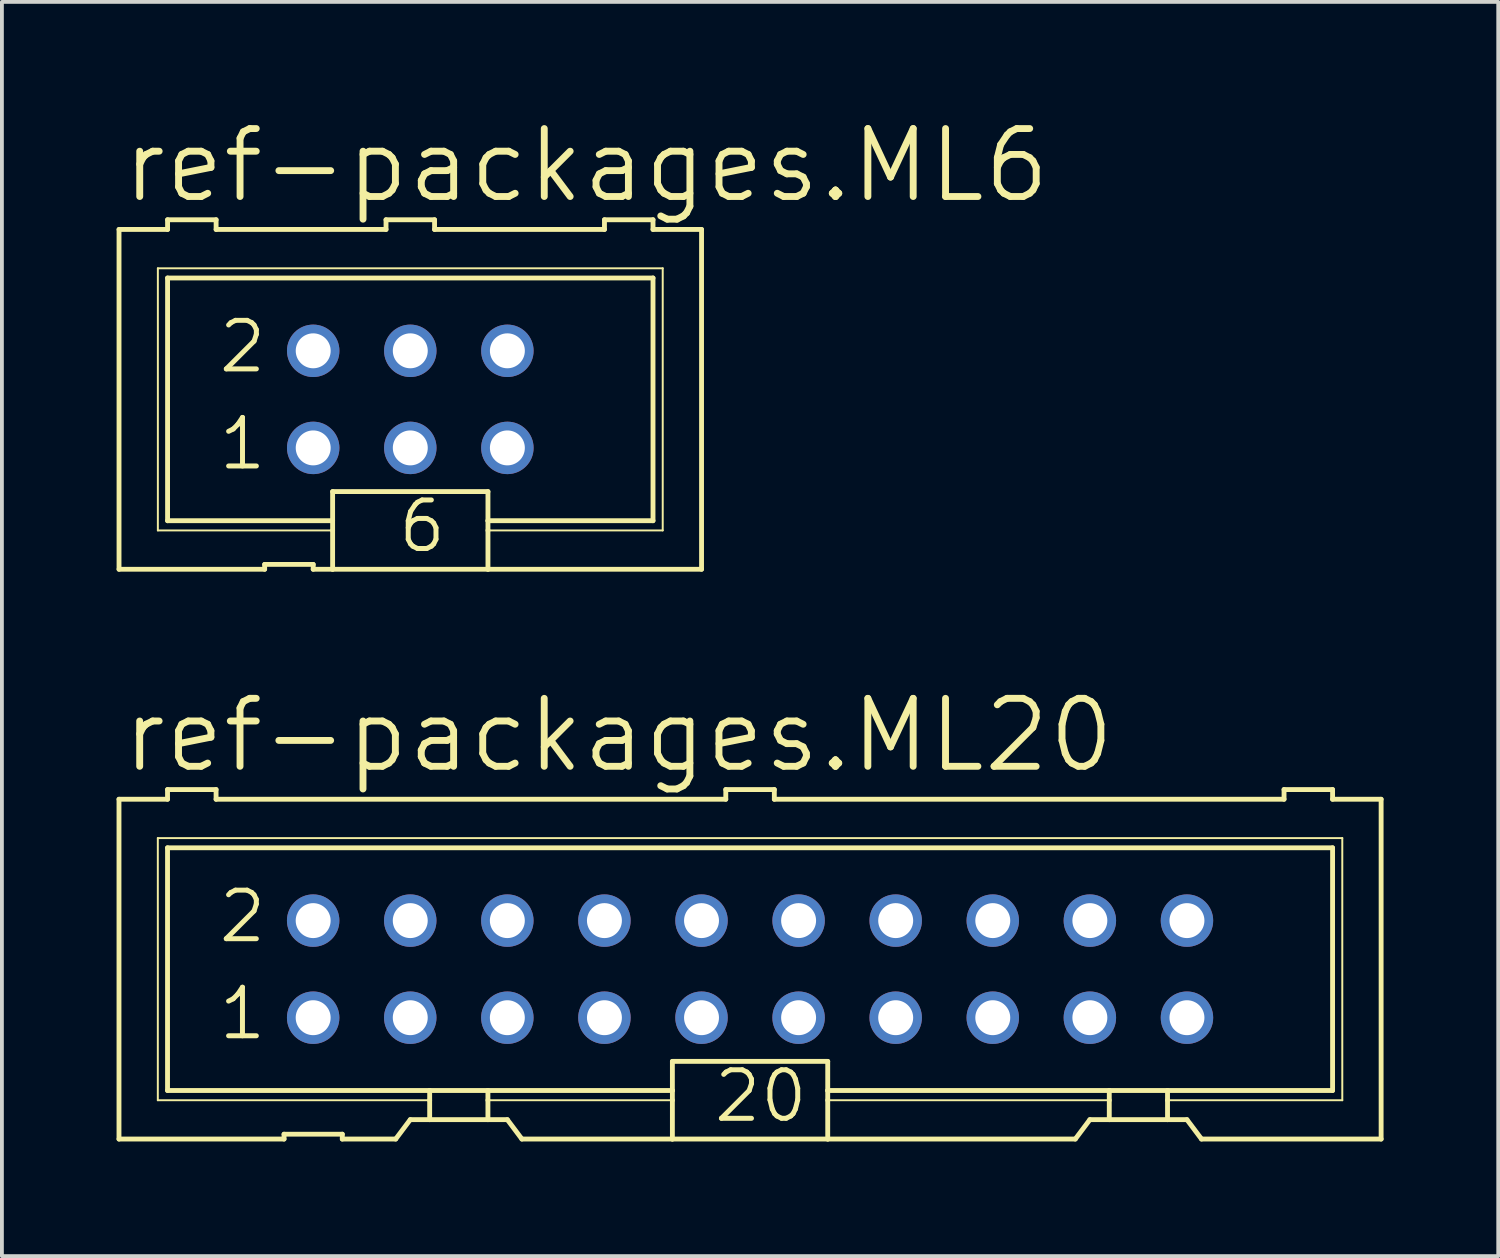
<source format=kicad_pcb>
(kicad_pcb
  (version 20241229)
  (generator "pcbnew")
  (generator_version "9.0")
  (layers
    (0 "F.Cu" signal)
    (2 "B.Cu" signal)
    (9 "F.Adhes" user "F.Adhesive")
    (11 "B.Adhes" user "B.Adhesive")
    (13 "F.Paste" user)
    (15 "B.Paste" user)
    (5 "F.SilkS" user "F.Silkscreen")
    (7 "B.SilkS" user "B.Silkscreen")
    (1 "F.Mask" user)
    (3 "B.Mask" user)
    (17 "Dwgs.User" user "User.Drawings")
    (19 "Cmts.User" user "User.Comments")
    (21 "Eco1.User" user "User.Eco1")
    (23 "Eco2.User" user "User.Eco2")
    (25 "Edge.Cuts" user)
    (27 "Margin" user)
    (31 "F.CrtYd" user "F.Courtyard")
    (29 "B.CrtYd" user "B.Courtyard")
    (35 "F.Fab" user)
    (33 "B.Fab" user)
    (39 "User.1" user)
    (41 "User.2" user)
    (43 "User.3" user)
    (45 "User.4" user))
  (footprint "ref-packages.ML20"
    (layer "F.Cu")
    (at 16.573 22.305)
    (property "Reference" "ref-packages.ML20" (at -16.51 -5.08 0) (layer "F.SilkS") (effects (font (size 1.778 1.778) (thickness 0.18)) (justify left bottom)))
    (attr through_hole)
    (fp_line (start -16.51 -4.445) (end -16.51 4.445) (stroke (width 0.127) (type default)) (layer "F.SilkS"))
    (fp_line (start -16.51 -4.445) (end -15.24 -4.445) (stroke (width 0.127) (type default)) (layer "F.SilkS"))
    (fp_line (start -16.51 4.445) (end -12.192 4.445) (stroke (width 0.127) (type default)) (layer "F.SilkS"))
    (fp_line (start -15.494 -3.429) (end -15.494 3.429) (stroke (width 0.051) (type default)) (layer "F.SilkS"))
    (fp_line (start -15.494 3.429) (end -8.382 3.429) (stroke (width 0.051) (type default)) (layer "F.SilkS"))
    (fp_line (start -15.24 -4.699) (end -15.24 -4.445) (stroke (width 0.127) (type default)) (layer "F.SilkS"))
    (fp_line (start -15.24 -3.175) (end -15.24 3.175) (stroke (width 0.127) (type default)) (layer "F.SilkS"))
    (fp_line (start -15.24 -3.175) (end 15.24 -3.175) (stroke (width 0.127) (type default)) (layer "F.SilkS"))
    (fp_line (start -13.97 -4.699) (end -15.24 -4.699) (stroke (width 0.127) (type default)) (layer "F.SilkS"))
    (fp_line (start -13.97 -4.699) (end -13.97 -4.445) (stroke (width 0.127) (type default)) (layer "F.SilkS"))
    (fp_line (start -13.97 -4.445) (end -0.635 -4.445) (stroke (width 0.127) (type default)) (layer "F.SilkS"))
    (fp_line (start -12.192 4.318) (end -12.192 4.445) (stroke (width 0.127) (type default)) (layer "F.SilkS"))
    (fp_line (start -12.192 4.318) (end -10.668 4.318) (stroke (width 0.127) (type default)) (layer "F.SilkS"))
    (fp_line (start -10.668 4.445) (end -10.668 4.318) (stroke (width 0.127) (type default)) (layer "F.SilkS"))
    (fp_line (start -10.668 4.445) (end -9.271 4.445) (stroke (width 0.127) (type default)) (layer "F.SilkS"))
    (fp_line (start -9.271 4.445) (end -8.89 3.937) (stroke (width 0.127) (type default)) (layer "F.SilkS"))
    (fp_line (start -8.382 3.175) (end -15.24 3.175) (stroke (width 0.127) (type default)) (layer "F.SilkS"))
    (fp_line (start -8.382 3.175) (end -8.382 3.429) (stroke (width 0.127) (type default)) (layer "F.SilkS"))
    (fp_line (start -8.382 3.429) (end -8.382 3.937) (stroke (width 0.127) (type default)) (layer "F.SilkS"))
    (fp_line (start -8.382 3.937) (end -8.89 3.937) (stroke (width 0.127) (type default)) (layer "F.SilkS"))
    (fp_line (start -6.858 3.175) (end -8.382 3.175) (stroke (width 0.127) (type default)) (layer "F.SilkS"))
    (fp_line (start -6.858 3.175) (end -6.858 3.429) (stroke (width 0.127) (type default)) (layer "F.SilkS"))
    (fp_line (start -6.858 3.429) (end -6.858 3.937) (stroke (width 0.127) (type default)) (layer "F.SilkS"))
    (fp_line (start -6.858 3.429) (end -2.032 3.429) (stroke (width 0.051) (type default)) (layer "F.SilkS"))
    (fp_line (start -6.858 3.937) (end -8.382 3.937) (stroke (width 0.127) (type default)) (layer "F.SilkS"))
    (fp_line (start -6.35 3.937) (end -6.858 3.937) (stroke (width 0.127) (type default)) (layer "F.SilkS"))
    (fp_line (start -6.35 3.937) (end -5.969 4.445) (stroke (width 0.127) (type default)) (layer "F.SilkS"))
    (fp_line (start -5.969 4.445) (end -2.032 4.445) (stroke (width 0.127) (type default)) (layer "F.SilkS"))
    (fp_line (start -2.032 3.175) (end -6.858 3.175) (stroke (width 0.127) (type default)) (layer "F.SilkS"))
    (fp_line (start -2.032 3.175) (end -2.032 2.413) (stroke (width 0.127) (type default)) (layer "F.SilkS"))
    (fp_line (start -2.032 3.175) (end -2.032 3.429) (stroke (width 0.127) (type default)) (layer "F.SilkS"))
    (fp_line (start -2.032 3.429) (end -2.032 4.445) (stroke (width 0.127) (type default)) (layer "F.SilkS"))
    (fp_line (start -0.635 -4.699) (end -0.635 -4.445) (stroke (width 0.127) (type default)) (layer "F.SilkS"))
    (fp_line (start 0.635 -4.699) (end -0.635 -4.699) (stroke (width 0.127) (type default)) (layer "F.SilkS"))
    (fp_line (start 0.635 -4.699) (end 0.635 -4.445) (stroke (width 0.127) (type default)) (layer "F.SilkS"))
    (fp_line (start 0.635 -4.445) (end 13.97 -4.445) (stroke (width 0.127) (type default)) (layer "F.SilkS"))
    (fp_line (start 2.032 2.413) (end -2.032 2.413) (stroke (width 0.127) (type default)) (layer "F.SilkS"))
    (fp_line (start 2.032 2.413) (end 2.032 3.175) (stroke (width 0.127) (type default)) (layer "F.SilkS"))
    (fp_line (start 2.032 3.175) (end 2.032 3.429) (stroke (width 0.127) (type default)) (layer "F.SilkS"))
    (fp_line (start 2.032 3.429) (end 2.032 4.445) (stroke (width 0.127) (type default)) (layer "F.SilkS"))
    (fp_line (start 2.032 4.445) (end -2.032 4.445) (stroke (width 0.127) (type default)) (layer "F.SilkS"))
    (fp_line (start 8.509 4.445) (end 2.032 4.445) (stroke (width 0.127) (type default)) (layer "F.SilkS"))
    (fp_line (start 8.509 4.445) (end 8.89 3.937) (stroke (width 0.127) (type default)) (layer "F.SilkS"))
    (fp_line (start 9.398 3.175) (end 2.032 3.175) (stroke (width 0.127) (type default)) (layer "F.SilkS"))
    (fp_line (start 9.398 3.175) (end 9.398 3.429) (stroke (width 0.127) (type default)) (layer "F.SilkS"))
    (fp_line (start 9.398 3.429) (end 2.032 3.429) (stroke (width 0.051) (type default)) (layer "F.SilkS"))
    (fp_line (start 9.398 3.429) (end 9.398 3.937) (stroke (width 0.127) (type default)) (layer "F.SilkS"))
    (fp_line (start 9.398 3.937) (end 8.89 3.937) (stroke (width 0.127) (type default)) (layer "F.SilkS"))
    (fp_line (start 10.922 3.175) (end 9.398 3.175) (stroke (width 0.127) (type default)) (layer "F.SilkS"))
    (fp_line (start 10.922 3.175) (end 10.922 3.429) (stroke (width 0.127) (type default)) (layer "F.SilkS"))
    (fp_line (start 10.922 3.429) (end 10.922 3.937) (stroke (width 0.127) (type default)) (layer "F.SilkS"))
    (fp_line (start 10.922 3.429) (end 15.494 3.429) (stroke (width 0.051) (type default)) (layer "F.SilkS"))
    (fp_line (start 10.922 3.937) (end 9.398 3.937) (stroke (width 0.127) (type default)) (layer "F.SilkS"))
    (fp_line (start 11.43 3.937) (end 10.922 3.937) (stroke (width 0.127) (type default)) (layer "F.SilkS"))
    (fp_line (start 11.43 3.937) (end 11.811 4.445) (stroke (width 0.127) (type default)) (layer "F.SilkS"))
    (fp_line (start 13.97 -4.445) (end 13.97 -4.699) (stroke (width 0.127) (type default)) (layer "F.SilkS"))
    (fp_line (start 15.24 -4.699) (end 13.97 -4.699) (stroke (width 0.127) (type default)) (layer "F.SilkS"))
    (fp_line (start 15.24 -4.445) (end 15.24 -4.699) (stroke (width 0.127) (type default)) (layer "F.SilkS"))
    (fp_line (start 15.24 -4.445) (end 16.51 -4.445) (stroke (width 0.127) (type default)) (layer "F.SilkS"))
    (fp_line (start 15.24 3.175) (end 10.922 3.175) (stroke (width 0.127) (type default)) (layer "F.SilkS"))
    (fp_line (start 15.24 3.175) (end 15.24 -3.175) (stroke (width 0.127) (type default)) (layer "F.SilkS"))
    (fp_line (start 15.494 -3.429) (end -15.494 -3.429) (stroke (width 0.051) (type default)) (layer "F.SilkS"))
    (fp_line (start 15.494 3.429) (end 15.494 -3.429) (stroke (width 0.051) (type default)) (layer "F.SilkS"))
    (fp_line (start 16.51 4.445) (end 11.811 4.445) (stroke (width 0.127) (type default)) (layer "F.SilkS"))
    (fp_line (start 16.51 4.445) (end 16.51 -4.445) (stroke (width 0.127) (type default)) (layer "F.SilkS"))
    (fp_rect (start -11.684 -1.016) (end -11.176 -1.524) (stroke (width 0.05) (type default)) (fill no) (layer "F.Fab"))
    (fp_rect (start -11.684 1.524) (end -11.176 1.016) (stroke (width 0.05) (type default)) (fill no) (layer "F.Fab"))
    (fp_rect (start -9.144 -1.016) (end -8.636 -1.524) (stroke (width 0.05) (type default)) (fill no) (layer "F.Fab"))
    (fp_rect (start -9.144 1.524) (end -8.636 1.016) (stroke (width 0.05) (type default)) (fill no) (layer "F.Fab"))
    (fp_rect (start -6.604 -1.016) (end -6.096 -1.524) (stroke (width 0.05) (type default)) (fill no) (layer "F.Fab"))
    (fp_rect (start -6.604 1.524) (end -6.096 1.016) (stroke (width 0.05) (type default)) (fill no) (layer "F.Fab"))
    (fp_rect (start -4.064 -1.016) (end -3.556 -1.524) (stroke (width 0.05) (type default)) (fill no) (layer "F.Fab"))
    (fp_rect (start -4.064 1.524) (end -3.556 1.016) (stroke (width 0.05) (type default)) (fill no) (layer "F.Fab"))
    (fp_rect (start -1.524 -1.016) (end -1.016 -1.524) (stroke (width 0.05) (type default)) (fill no) (layer "F.Fab"))
    (fp_rect (start -1.524 1.524) (end -1.016 1.016) (stroke (width 0.05) (type default)) (fill no) (layer "F.Fab"))
    (fp_rect (start 1.016 -1.016) (end 1.524 -1.524) (stroke (width 0.05) (type default)) (fill no) (layer "F.Fab"))
    (fp_rect (start 1.016 1.524) (end 1.524 1.016) (stroke (width 0.05) (type default)) (fill no) (layer "F.Fab"))
    (fp_rect (start 3.556 -1.016) (end 4.064 -1.524) (stroke (width 0.05) (type default)) (fill no) (layer "F.Fab"))
    (fp_rect (start 3.556 1.524) (end 4.064 1.016) (stroke (width 0.05) (type default)) (fill no) (layer "F.Fab"))
    (fp_rect (start 6.096 -1.016) (end 6.604 -1.524) (stroke (width 0.05) (type default)) (fill no) (layer "F.Fab"))
    (fp_rect (start 6.096 1.524) (end 6.604 1.016) (stroke (width 0.05) (type default)) (fill no) (layer "F.Fab"))
    (fp_rect (start 8.636 -1.016) (end 9.144 -1.524) (stroke (width 0.05) (type default)) (fill no) (layer "F.Fab"))
    (fp_rect (start 8.636 1.524) (end 9.144 1.016) (stroke (width 0.05) (type default)) (fill no) (layer "F.Fab"))
    (fp_rect (start 11.176 -1.016) (end 11.684 -1.524) (stroke (width 0.05) (type default)) (fill no) (layer "F.Fab"))
    (fp_rect (start 11.176 1.524) (end 11.684 1.016) (stroke (width 0.05) (type default)) (fill no) (layer "F.Fab"))
    (fp_text user "20" (at -1.016 4.064 0) (layer "F.SilkS") (effects (font (size 1.27 1.27) (thickness 0.13)) (justify left bottom)))
    (fp_text user "2" (at -13.97 -0.635 0) (layer "F.SilkS") (effects (font (size 1.27 1.27) (thickness 0.13)) (justify left bottom)))
    (fp_text user "1" (at -13.97 1.905 0) (layer "F.SilkS") (effects (font (size 1.27 1.27) (thickness 0.13)) (justify left bottom)))
    (pad "1" thru_hole circle (at -11.43 1.27) (size 1.372 1.372) (drill 0.914) (layers "*.Cu" "*.Mask"))
    (pad "2" thru_hole circle (at -11.43 -1.27) (size 1.372 1.372) (drill 0.914) (layers "*.Cu" "*.Mask"))
    (pad "3" thru_hole circle (at -8.89 1.27) (size 1.372 1.372) (drill 0.914) (layers "*.Cu" "*.Mask"))
    (pad "4" thru_hole circle (at -8.89 -1.27) (size 1.372 1.372) (drill 0.914) (layers "*.Cu" "*.Mask"))
    (pad "5" thru_hole circle (at -6.35 1.27) (size 1.372 1.372) (drill 0.914) (layers "*.Cu" "*.Mask"))
    (pad "6" thru_hole circle (at -6.35 -1.27) (size 1.372 1.372) (drill 0.914) (layers "*.Cu" "*.Mask"))
    (pad "7" thru_hole circle (at -3.81 1.27) (size 1.372 1.372) (drill 0.914) (layers "*.Cu" "*.Mask"))
    (pad "8" thru_hole circle (at -3.81 -1.27) (size 1.372 1.372) (drill 0.914) (layers "*.Cu" "*.Mask"))
    (pad "9" thru_hole circle (at -1.27 1.27) (size 1.372 1.372) (drill 0.914) (layers "*.Cu" "*.Mask"))
    (pad "10" thru_hole circle (at -1.27 -1.27) (size 1.372 1.372) (drill 0.914) (layers "*.Cu" "*.Mask"))
    (pad "11" thru_hole circle (at 1.27 1.27) (size 1.372 1.372) (drill 0.914) (layers "*.Cu" "*.Mask"))
    (pad "12" thru_hole circle (at 1.27 -1.27) (size 1.372 1.372) (drill 0.914) (layers "*.Cu" "*.Mask"))
    (pad "13" thru_hole circle (at 3.81 1.27) (size 1.372 1.372) (drill 0.914) (layers "*.Cu" "*.Mask"))
    (pad "14" thru_hole circle (at 3.81 -1.27) (size 1.372 1.372) (drill 0.914) (layers "*.Cu" "*.Mask"))
    (pad "15" thru_hole circle (at 6.35 1.27) (size 1.372 1.372) (drill 0.914) (layers "*.Cu" "*.Mask"))
    (pad "16" thru_hole circle (at 6.35 -1.27) (size 1.372 1.372) (drill 0.914) (layers "*.Cu" "*.Mask"))
    (pad "17" thru_hole circle (at 8.89 1.27) (size 1.372 1.372) (drill 0.914) (layers "*.Cu" "*.Mask"))
    (pad "18" thru_hole circle (at 8.89 -1.27) (size 1.372 1.372) (drill 0.914) (layers "*.Cu" "*.Mask"))
    (pad "19" thru_hole circle (at 11.43 1.27) (size 1.372 1.372) (drill 0.914) (layers "*.Cu" "*.Mask"))
    (pad "20" thru_hole circle (at 11.43 -1.27) (size 1.372 1.372) (drill 0.914) (layers "*.Cu" "*.Mask")))
  (footprint "ref-packages.ML6"
    (layer "F.Cu")
    (at 7.684 7.398)
    (property "Reference" "ref-packages.ML6" (at -7.62 -5.08 0) (layer "F.SilkS") (effects (font (size 1.778 1.778) (thickness 0.18)) (justify left bottom)))
    (attr through_hole)
    (fp_line (start -7.62 -4.445) (end -7.62 4.445) (stroke (width 0.127) (type default)) (layer "F.SilkS"))
    (fp_line (start -7.62 -4.445) (end -6.35 -4.445) (stroke (width 0.127) (type default)) (layer "F.SilkS"))
    (fp_line (start -6.604 -3.429) (end -6.604 3.429) (stroke (width 0.051) (type default)) (layer "F.SilkS"))
    (fp_line (start -6.604 3.429) (end -2.032 3.429) (stroke (width 0.051) (type default)) (layer "F.SilkS"))
    (fp_line (start -6.35 -4.699) (end -6.35 -4.445) (stroke (width 0.127) (type default)) (layer "F.SilkS"))
    (fp_line (start -6.35 -3.175) (end -6.35 3.175) (stroke (width 0.127) (type default)) (layer "F.SilkS"))
    (fp_line (start -6.35 -3.175) (end 6.35 -3.175) (stroke (width 0.127) (type default)) (layer "F.SilkS"))
    (fp_line (start -5.08 -4.699) (end -6.35 -4.699) (stroke (width 0.127) (type default)) (layer "F.SilkS"))
    (fp_line (start -5.08 -4.699) (end -5.08 -4.445) (stroke (width 0.127) (type default)) (layer "F.SilkS"))
    (fp_line (start -5.08 -4.445) (end -0.635 -4.445) (stroke (width 0.127) (type default)) (layer "F.SilkS"))
    (fp_line (start -3.81 4.445) (end -7.62 4.445) (stroke (width 0.127) (type default)) (layer "F.SilkS"))
    (fp_line (start -3.81 4.445) (end -3.81 4.318) (stroke (width 0.127) (type default)) (layer "F.SilkS"))
    (fp_line (start -2.54 4.318) (end -3.81 4.318) (stroke (width 0.127) (type default)) (layer "F.SilkS"))
    (fp_line (start -2.54 4.318) (end -2.54 4.445) (stroke (width 0.127) (type default)) (layer "F.SilkS"))
    (fp_line (start -2.032 3.175) (end -6.35 3.175) (stroke (width 0.127) (type default)) (layer "F.SilkS"))
    (fp_line (start -2.032 3.175) (end -2.032 2.413) (stroke (width 0.127) (type default)) (layer "F.SilkS"))
    (fp_line (start -2.032 3.175) (end -2.032 3.429) (stroke (width 0.127) (type default)) (layer "F.SilkS"))
    (fp_line (start -2.032 3.429) (end -2.032 4.445) (stroke (width 0.127) (type default)) (layer "F.SilkS"))
    (fp_line (start -2.032 4.445) (end -2.54 4.445) (stroke (width 0.127) (type default)) (layer "F.SilkS"))
    (fp_line (start -0.635 -4.699) (end -0.635 -4.445) (stroke (width 0.127) (type default)) (layer "F.SilkS"))
    (fp_line (start 0.635 -4.699) (end -0.635 -4.699) (stroke (width 0.127) (type default)) (layer "F.SilkS"))
    (fp_line (start 0.635 -4.699) (end 0.635 -4.445) (stroke (width 0.127) (type default)) (layer "F.SilkS"))
    (fp_line (start 0.635 -4.445) (end 5.08 -4.445) (stroke (width 0.127) (type default)) (layer "F.SilkS"))
    (fp_line (start 2.032 2.413) (end -2.032 2.413) (stroke (width 0.127) (type default)) (layer "F.SilkS"))
    (fp_line (start 2.032 2.413) (end 2.032 3.175) (stroke (width 0.127) (type default)) (layer "F.SilkS"))
    (fp_line (start 2.032 3.175) (end 2.032 3.429) (stroke (width 0.127) (type default)) (layer "F.SilkS"))
    (fp_line (start 2.032 3.429) (end 2.032 4.445) (stroke (width 0.127) (type default)) (layer "F.SilkS"))
    (fp_line (start 2.032 3.429) (end 6.604 3.429) (stroke (width 0.051) (type default)) (layer "F.SilkS"))
    (fp_line (start 2.032 4.445) (end -2.032 4.445) (stroke (width 0.127) (type default)) (layer "F.SilkS"))
    (fp_line (start 5.08 -4.445) (end 5.08 -4.699) (stroke (width 0.127) (type default)) (layer "F.SilkS"))
    (fp_line (start 6.35 -4.699) (end 5.08 -4.699) (stroke (width 0.127) (type default)) (layer "F.SilkS"))
    (fp_line (start 6.35 -4.445) (end 6.35 -4.699) (stroke (width 0.127) (type default)) (layer "F.SilkS"))
    (fp_line (start 6.35 -4.445) (end 7.62 -4.445) (stroke (width 0.127) (type default)) (layer "F.SilkS"))
    (fp_line (start 6.35 3.175) (end 2.032 3.175) (stroke (width 0.127) (type default)) (layer "F.SilkS"))
    (fp_line (start 6.35 3.175) (end 6.35 -3.175) (stroke (width 0.127) (type default)) (layer "F.SilkS"))
    (fp_line (start 6.604 -3.429) (end -6.604 -3.429) (stroke (width 0.051) (type default)) (layer "F.SilkS"))
    (fp_line (start 6.604 3.429) (end 6.604 -3.429) (stroke (width 0.051) (type default)) (layer "F.SilkS"))
    (fp_line (start 7.62 4.445) (end 2.032 4.445) (stroke (width 0.127) (type default)) (layer "F.SilkS"))
    (fp_line (start 7.62 4.445) (end 7.62 -4.445) (stroke (width 0.127) (type default)) (layer "F.SilkS"))
    (fp_rect (start -2.794 -1.016) (end -2.286 -1.524) (stroke (width 0.05) (type default)) (fill no) (layer "F.Fab"))
    (fp_rect (start -2.794 1.524) (end -2.286 1.016) (stroke (width 0.05) (type default)) (fill no) (layer "F.Fab"))
    (fp_rect (start -0.254 -1.016) (end 0.254 -1.524) (stroke (width 0.05) (type default)) (fill no) (layer "F.Fab"))
    (fp_rect (start -0.254 1.524) (end 0.254 1.016) (stroke (width 0.05) (type default)) (fill no) (layer "F.Fab"))
    (fp_rect (start 2.286 -1.016) (end 2.794 -1.524) (stroke (width 0.05) (type default)) (fill no) (layer "F.Fab"))
    (fp_rect (start 2.286 1.524) (end 2.794 1.016) (stroke (width 0.05) (type default)) (fill no) (layer "F.Fab"))
    (fp_text user "1" (at -5.08 1.905 0) (layer "F.SilkS") (effects (font (size 1.27 1.27) (thickness 0.13)) (justify left bottom)))
    (fp_text user "6" (at -0.381 4.064 0) (layer "F.SilkS") (effects (font (size 1.27 1.27) (thickness 0.13)) (justify left bottom)))
    (fp_text user "2" (at -5.08 -0.635 0) (layer "F.SilkS") (effects (font (size 1.27 1.27) (thickness 0.13)) (justify left bottom)))
    (pad "1" thru_hole circle (at -2.54 1.27) (size 1.372 1.372) (drill 0.914) (layers "*.Cu" "*.Mask"))
    (pad "2" thru_hole circle (at -2.54 -1.27) (size 1.372 1.372) (drill 0.914) (layers "*.Cu" "*.Mask"))
    (pad "3" thru_hole circle (at 0 1.27) (size 1.372 1.372) (drill 0.914) (layers "*.Cu" "*.Mask"))
    (pad "4" thru_hole circle (at 0 -1.27) (size 1.372 1.372) (drill 0.914) (layers "*.Cu" "*.Mask"))
    (pad "5" thru_hole circle (at 2.54 1.27) (size 1.372 1.372) (drill 0.914) (layers "*.Cu" "*.Mask"))
    (pad "6" thru_hole circle (at 2.54 -1.27) (size 1.372 1.372) (drill 0.914) (layers "*.Cu" "*.Mask")))
  (gr_rect
    (start -3 -3)
    (end 36.147 29.813)
    (stroke (width 0.1) (type default))
    (fill no)
    (layer "Edge.Cuts")))
</source>
